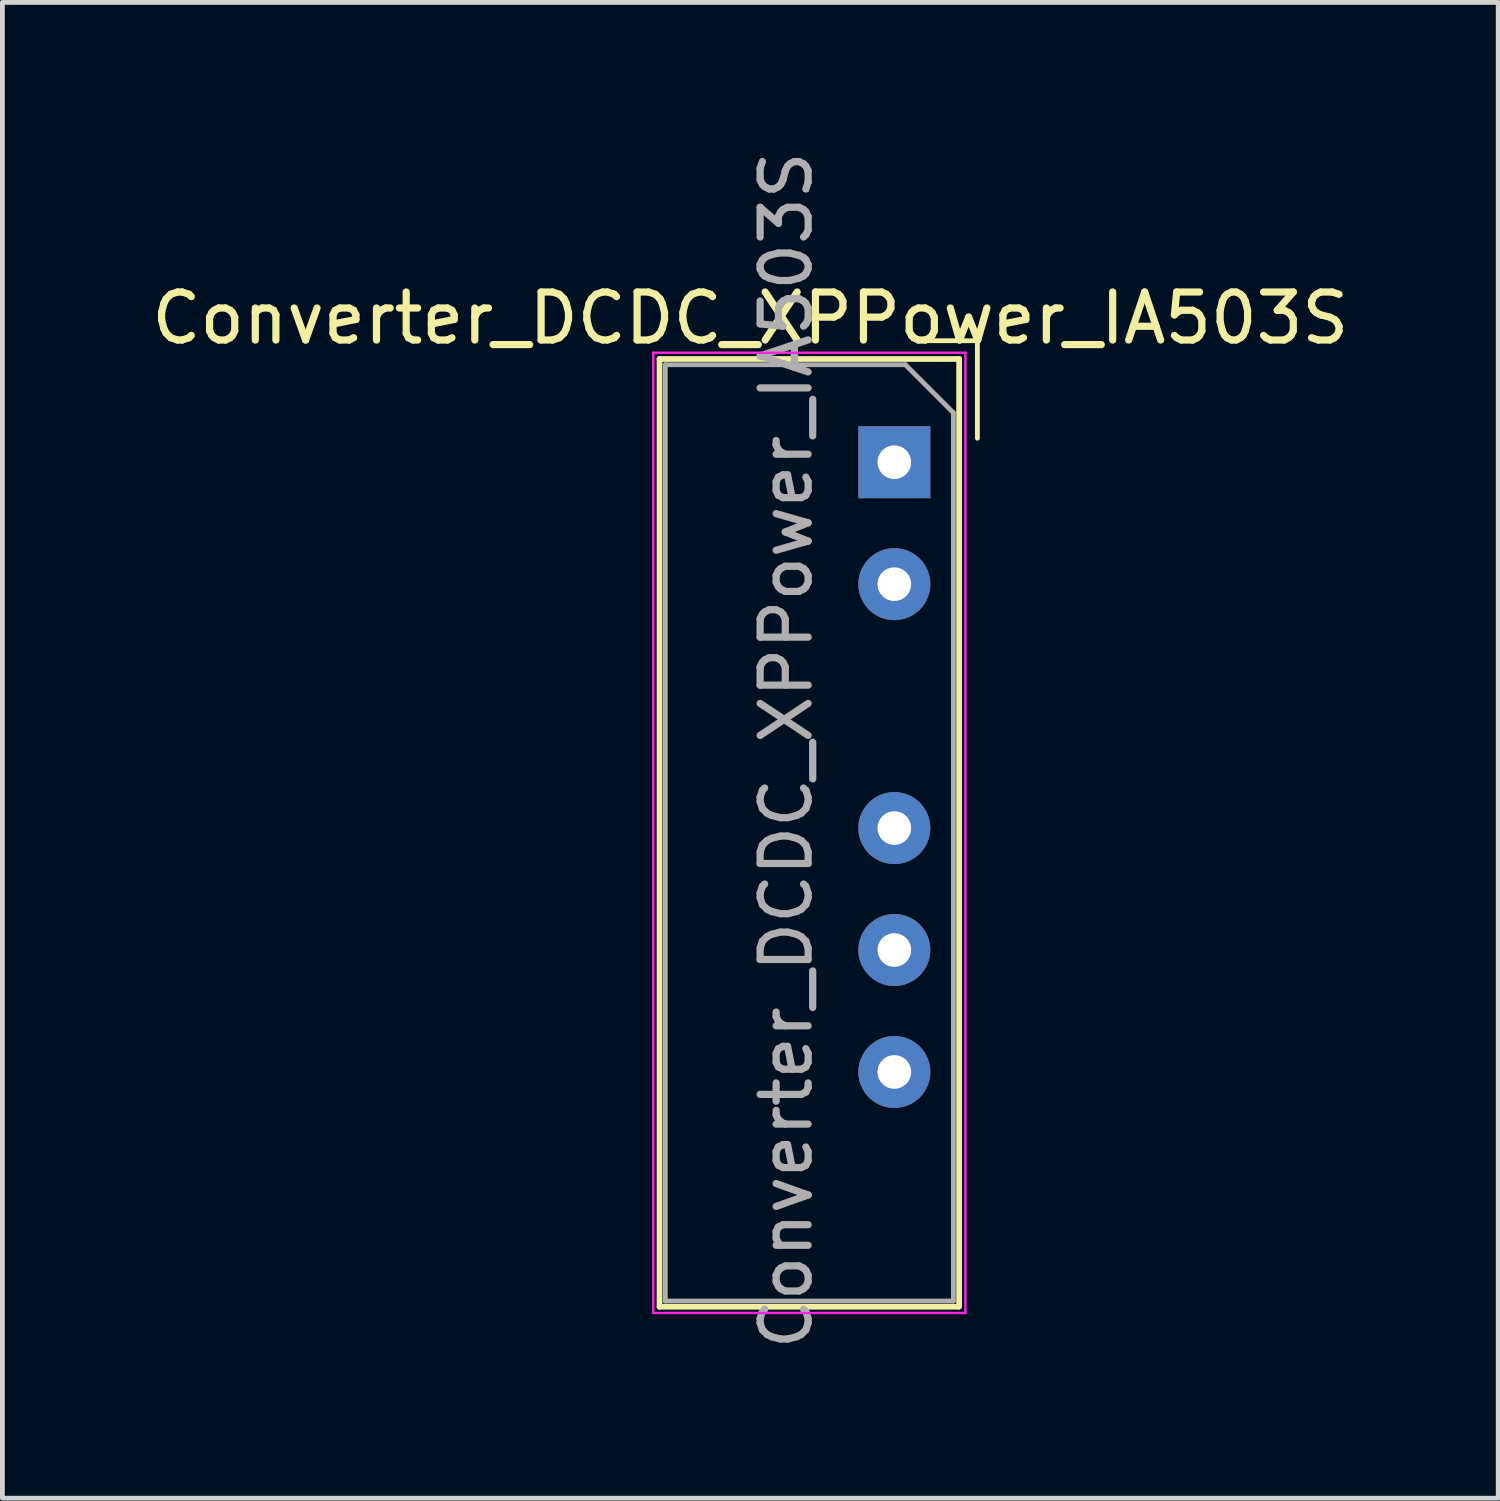
<source format=kicad_pcb>
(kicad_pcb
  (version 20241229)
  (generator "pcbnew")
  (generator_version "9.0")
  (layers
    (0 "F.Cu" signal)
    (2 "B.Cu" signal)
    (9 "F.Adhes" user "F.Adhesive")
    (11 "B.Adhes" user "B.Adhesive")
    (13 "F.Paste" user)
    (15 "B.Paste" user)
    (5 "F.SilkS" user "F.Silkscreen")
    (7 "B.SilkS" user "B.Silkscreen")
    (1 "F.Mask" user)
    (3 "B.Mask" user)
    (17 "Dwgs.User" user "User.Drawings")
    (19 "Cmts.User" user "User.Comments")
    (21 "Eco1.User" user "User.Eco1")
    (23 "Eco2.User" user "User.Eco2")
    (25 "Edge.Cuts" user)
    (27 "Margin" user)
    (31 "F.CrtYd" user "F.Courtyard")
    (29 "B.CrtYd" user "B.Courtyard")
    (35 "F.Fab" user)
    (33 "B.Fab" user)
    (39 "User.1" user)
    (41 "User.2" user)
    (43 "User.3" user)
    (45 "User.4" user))
  (footprint "Converter_DCDC_XPPower_IA503S"
    (layer "F.Cu")
    (at 15.577 6.577)
    (property "Reference" "Converter_DCDC_XPPower_IA503S" (at -3 -3 0) (layer "F.SilkS") (effects (font (size 1 1) (thickness 0.15))))
    (attr through_hole)
    (fp_line (start -4.89 -2.15) (end -4.89 17.59) (stroke (width 0.12) (type solid)) (layer "F.SilkS"))
    (fp_line (start -4.89 17.59) (end 1.33 17.59) (stroke (width 0.12) (type solid)) (layer "F.SilkS"))
    (fp_line (start 1.35 -2.15) (end -4.89 -2.15) (stroke (width 0.12) (type solid)) (layer "F.SilkS"))
    (fp_line (start 1.35 17.59) (end 1.35 -2.15) (stroke (width 0.12) (type solid)) (layer "F.SilkS"))
    (fp_line (start 1.73 -2.53) (end 0.5 -2.53) (stroke (width 0.1) (type solid)) (layer "F.SilkS"))
    (fp_line (start 1.73 -2.53) (end 1.73 -0.5) (stroke (width 0.1) (type solid)) (layer "F.SilkS"))
    (fp_line (start -5.02 -2.28) (end -5.02 17.72) (stroke (width 0.05) (type solid)) (layer "F.CrtYd"))
    (fp_line (start -5.02 17.72) (end 1.48 17.72) (stroke (width 0.05) (type solid)) (layer "F.CrtYd"))
    (fp_line (start 1.48 -2.28) (end -5.02 -2.28) (stroke (width 0.05) (type solid)) (layer "F.CrtYd"))
    (fp_line (start 1.48 17.72) (end 1.48 -2.28) (stroke (width 0.05) (type solid)) (layer "F.CrtYd"))
    (fp_line (start -4.77 -2.03) (end -4.77 17.47) (stroke (width 0.1) (type solid)) (layer "F.Fab"))
    (fp_line (start -4.77 17.47) (end 1.23 17.47) (stroke (width 0.1) (type solid)) (layer "F.Fab"))
    (fp_line (start 0.23 -2.03) (end -4.77 -2.03) (stroke (width 0.1) (type solid)) (layer "F.Fab"))
    (fp_line (start 0.23 -2.03) (end 1.23 -1.03) (stroke (width 0.1) (type solid)) (layer "F.Fab"))
    (fp_line (start 1.23 17.47) (end 1.23 -1.03) (stroke (width 0.1) (type solid)) (layer "F.Fab"))
    (fp_text user "${REFERENCE}" (at -2.25 6 90) (layer "F.Fab") (effects (font (size 1 1) (thickness 0.15))))
    (pad "1" thru_hole rect (at 0 0) (size 1.5 1.5) (drill 0.7) (layers "*.Cu" "*.Mask"))
    (pad "2" thru_hole oval (at 0 2.54) (size 1.5 1.5) (drill 0.7) (layers "*.Cu" "*.Mask"))
    (pad "4" thru_hole oval (at 0 7.62) (size 1.5 1.5) (drill 0.7) (layers "*.Cu" "*.Mask"))
    (pad "5" thru_hole oval (at 0 10.16) (size 1.5 1.5) (drill 0.7) (layers "*.Cu" "*.Mask"))
    (pad "6" thru_hole oval (at 0 12.7) (size 1.5 1.5) (drill 0.7) (layers "*.Cu" "*.Mask")))
  (gr_rect
    (start -3 -3)
    (end 28.155 28.155)
    (stroke (width 0.1) (type default))
    (fill no)
    (layer "Edge.Cuts")))
</source>
